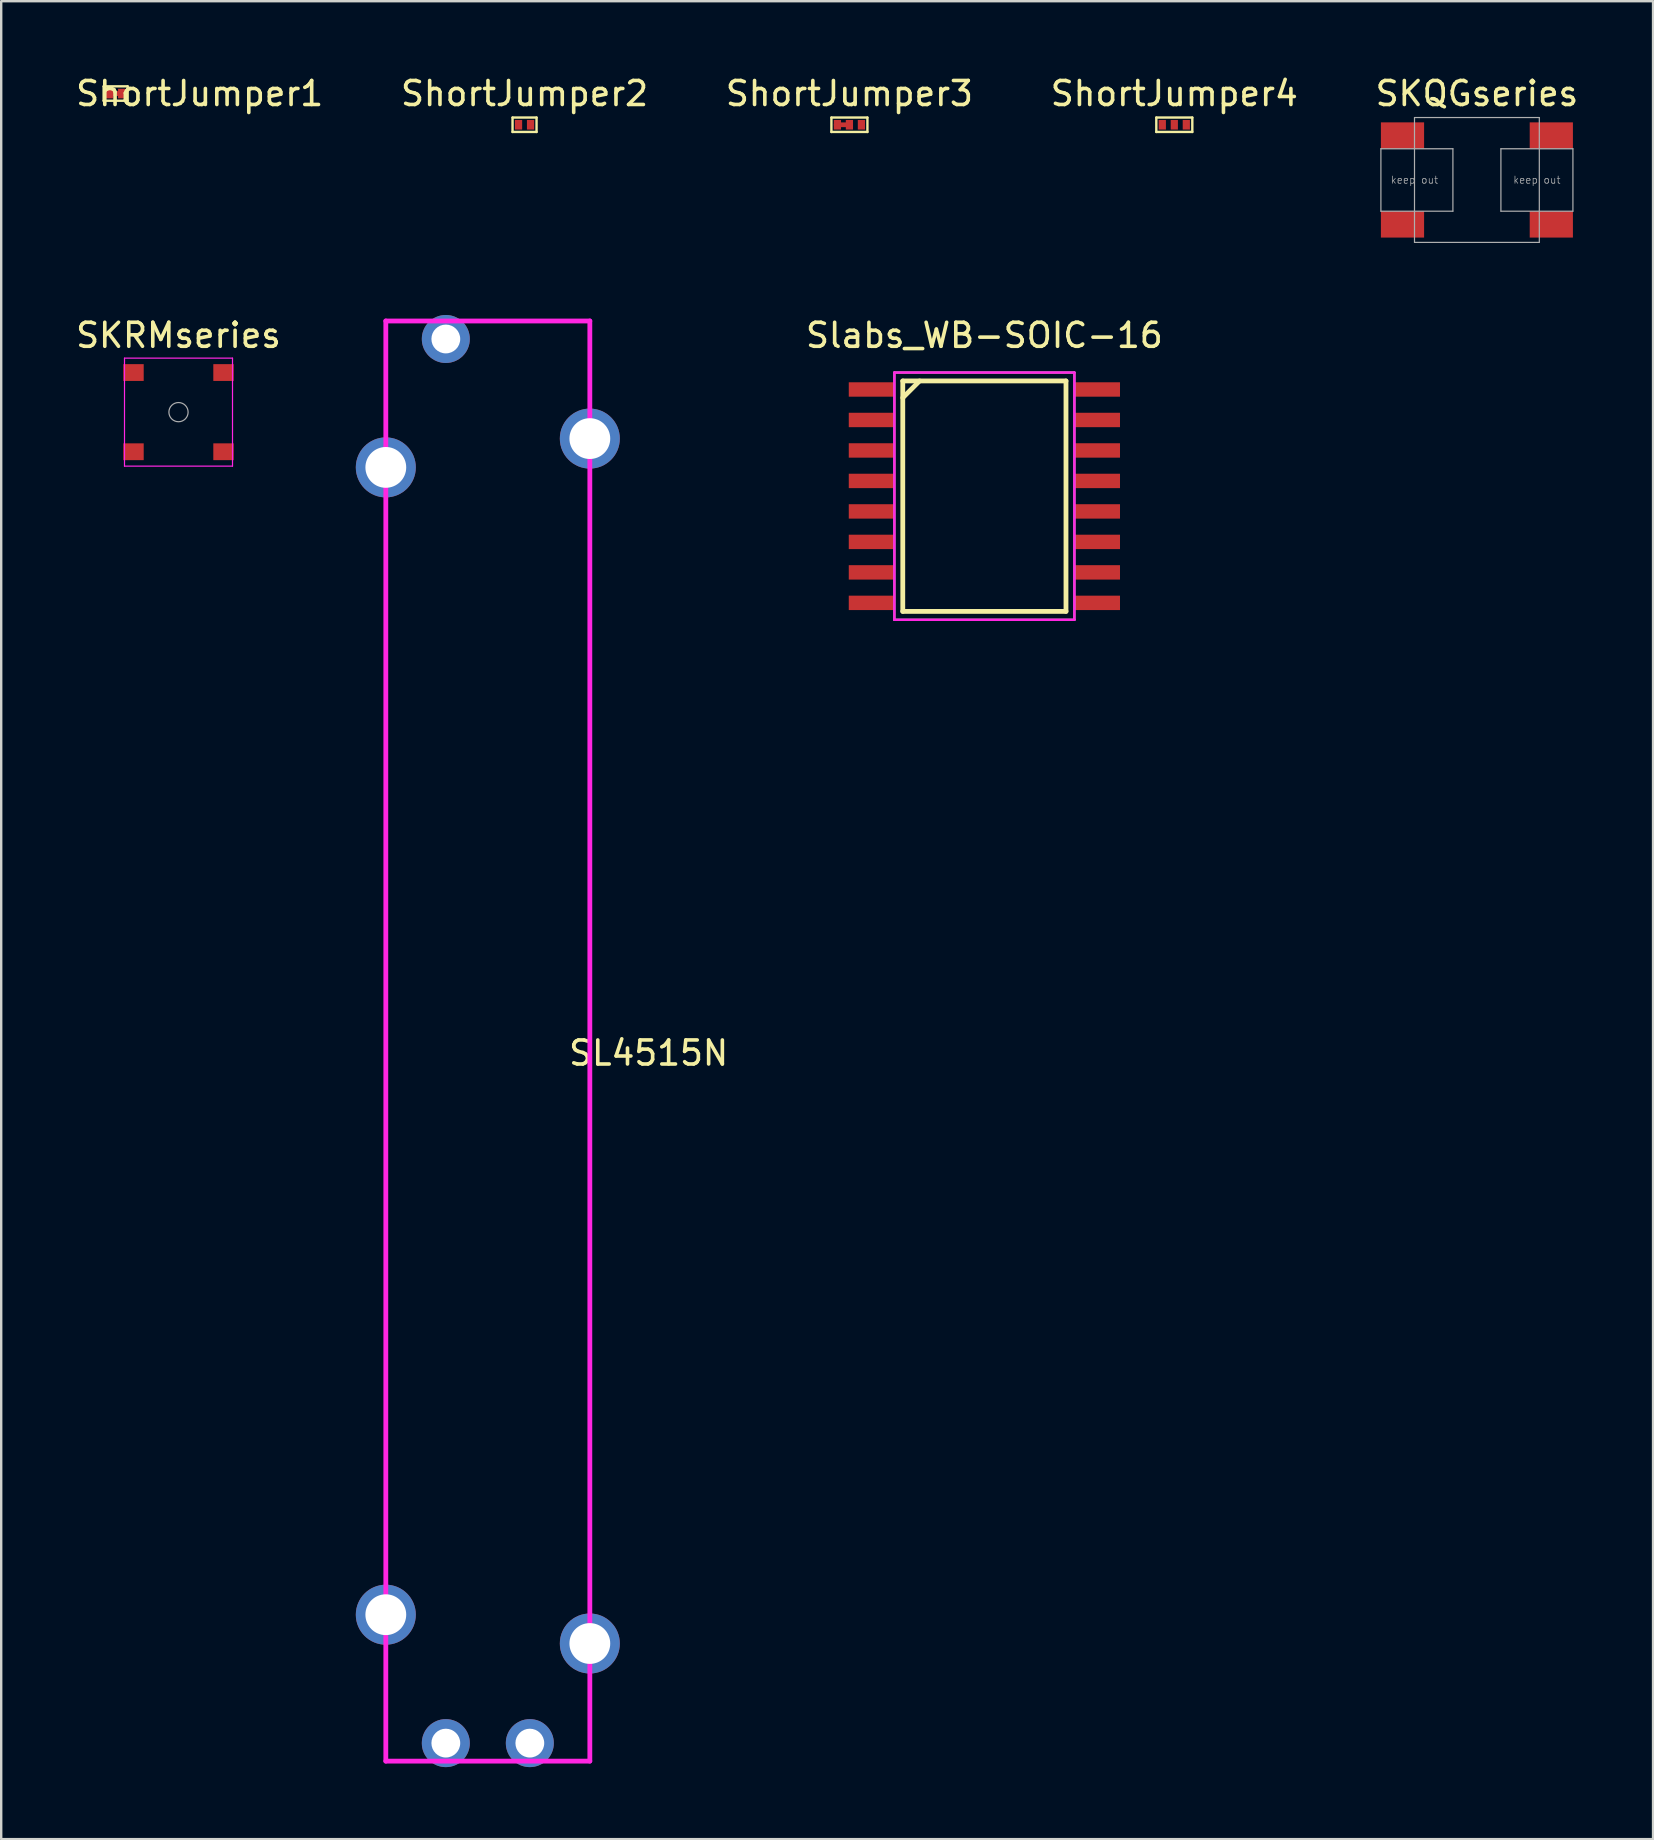
<source format=kicad_pcb>
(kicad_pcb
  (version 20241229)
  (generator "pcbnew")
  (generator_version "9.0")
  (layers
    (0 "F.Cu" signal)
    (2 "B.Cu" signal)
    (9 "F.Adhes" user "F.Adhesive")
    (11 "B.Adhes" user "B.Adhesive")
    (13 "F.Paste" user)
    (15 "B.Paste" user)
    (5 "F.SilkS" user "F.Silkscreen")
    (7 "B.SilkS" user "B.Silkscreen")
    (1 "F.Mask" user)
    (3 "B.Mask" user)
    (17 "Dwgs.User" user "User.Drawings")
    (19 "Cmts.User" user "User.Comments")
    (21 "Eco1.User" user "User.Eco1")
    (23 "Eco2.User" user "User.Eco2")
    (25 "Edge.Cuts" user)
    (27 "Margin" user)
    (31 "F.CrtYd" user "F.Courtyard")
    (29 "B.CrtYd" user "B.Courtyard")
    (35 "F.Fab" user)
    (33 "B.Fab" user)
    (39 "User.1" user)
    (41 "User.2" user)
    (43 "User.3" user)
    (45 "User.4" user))
  (footprint "ShortJumper3"
    (layer "F.Cu")
    (at 32.339 2.148)
    (property "Reference" "ShortJumper3" (at 0 -1.3 0) (layer "F.SilkS") (effects (font (size 1 1) (thickness 0.15))))
    (attr smd)
    (fp_line (start -0.55 0) (end 0.05 0) (stroke (width 0.2) (type solid)) (layer "F.Cu"))
    (fp_line (start -0.75 -0.3) (end -0.75 0.3) (stroke (width 0.1) (type solid)) (layer "F.SilkS"))
    (fp_line (start -0.75 -0.3) (end 0.75 -0.3) (stroke (width 0.1) (type solid)) (layer "F.SilkS"))
    (fp_line (start -0.75 0.3) (end 0.75 0.3) (stroke (width 0.1) (type solid)) (layer "F.SilkS"))
    (fp_line (start 0.75 -0.3) (end 0.75 0.3) (stroke (width 0.1) (type solid)) (layer "F.SilkS"))
    (pad "1" smd rect (at -0.5 0) (size 0.3 0.4) (layers "F.Cu" "F.Mask" "F.Paste"))
    (pad "2" smd rect (at 0 0) (size 0.3 0.4) (layers "F.Cu" "F.Mask" "F.Paste"))
    (pad "3" smd rect (at 0.5 0) (size 0.3 0.4) (layers "F.Cu" "F.Mask" "F.Paste")))
  (footprint "ShortJumper4"
    (layer "F.Cu")
    (at 45.875 2.148)
    (property "Reference" "ShortJumper4" (at 0 -1.3 0) (layer "F.SilkS") (effects (font (size 1 1) (thickness 0.15))))
    (attr smd)
    (fp_line (start -0.75 -0.3) (end -0.75 0.3) (stroke (width 0.1) (type solid)) (layer "F.SilkS"))
    (fp_line (start -0.75 -0.3) (end 0.75 -0.3) (stroke (width 0.1) (type solid)) (layer "F.SilkS"))
    (fp_line (start -0.75 0.3) (end 0.75 0.3) (stroke (width 0.1) (type solid)) (layer "F.SilkS"))
    (fp_line (start 0.75 -0.3) (end 0.75 0.3) (stroke (width 0.1) (type solid)) (layer "F.SilkS"))
    (pad "1" smd rect (at -0.5 0) (size 0.3 0.4) (layers "F.Cu" "F.Mask" "F.Paste"))
    (pad "2" smd rect (at 0 0) (size 0.3 0.4) (layers "F.Cu" "F.Mask" "F.Paste"))
    (pad "3" smd rect (at 0.5 0) (size 0.3 0.4) (layers "F.Cu" "F.Mask" "F.Paste")))
  (footprint "SKQGseries"
    (layer "F.Cu")
    (at 58.482 4.448)
    (property "Reference" "SKQGseries" (at 0 -3.6 0) (layer "F.SilkS") (effects (font (size 1 1) (thickness 0.15))))
    (attr through_hole)
    (fp_line (start -4 -1.3) (end -1 -1.3) (stroke (width 0.05) (type solid)) (layer "F.Fab"))
    (fp_line (start -4 1.3) (end -4 -1.3) (stroke (width 0.05) (type solid)) (layer "F.Fab"))
    (fp_line (start -2.6 -2.6) (end 2.6 -2.6) (stroke (width 0.05) (type solid)) (layer "F.Fab"))
    (fp_line (start -2.6 2.6) (end -2.6 -2.6) (stroke (width 0.05) (type solid)) (layer "F.Fab"))
    (fp_line (start -1 -1.3) (end -1 1.3) (stroke (width 0.05) (type solid)) (layer "F.Fab"))
    (fp_line (start -1 1.3) (end -4 1.3) (stroke (width 0.05) (type solid)) (layer "F.Fab"))
    (fp_line (start 1 -1.3) (end 1 1.3) (stroke (width 0.05) (type solid)) (layer "F.Fab"))
    (fp_line (start 1 1.3) (end 4 1.3) (stroke (width 0.05) (type solid)) (layer "F.Fab"))
    (fp_line (start 2.6 -2.6) (end 2.6 2.6) (stroke (width 0.05) (type solid)) (layer "F.Fab"))
    (fp_line (start 2.6 2.6) (end -2.6 2.6) (stroke (width 0.05) (type solid)) (layer "F.Fab"))
    (fp_line (start 4 -1.3) (end 1 -1.3) (stroke (width 0.05) (type solid)) (layer "F.Fab"))
    (fp_line (start 4 1.3) (end 4 -1.3) (stroke (width 0.05) (type solid)) (layer "F.Fab"))
    (fp_text user "keep out" (at 2.5 0 0) (layer "F.Fab") (effects (font (size 0.3 0.3) (thickness 0.03))))
    (fp_text user "keep out" (at -2.6 0 0) (layer "F.Fab") (effects (font (size 0.3 0.3) (thickness 0.03))))
    (pad "1" smd rect (at -3.1 -1.85) (size 1.8 1.1) (layers "F.Cu" "F.Mask" "F.Paste"))
    (pad "2" smd rect (at 3.1 -1.85) (size 1.8 1.1) (layers "F.Cu" "F.Mask" "F.Paste"))
    (pad "3" smd rect (at -3.1 1.85) (size 1.8 1.1) (layers "F.Cu" "F.Mask" "F.Paste"))
    (pad "4" smd rect (at 3.1 1.85) (size 1.8 1.1) (layers "F.Cu" "F.Mask" "F.Paste")))
  (footprint "SKRMseries"
    (layer "F.Cu")
    (at 4.387 14.121)
    (property "Reference" "SKRMseries" (at 0 -3.2 0) (layer "F.SilkS") (effects (font (size 1 1) (thickness 0.15))))
    (attr through_hole)
    (fp_line (start -2.25 -2.25) (end 2.25 -2.25) (stroke (width 0.05) (type solid)) (layer "F.CrtYd"))
    (fp_line (start -2.25 2.25) (end -2.25 -2.25) (stroke (width 0.05) (type solid)) (layer "F.CrtYd"))
    (fp_line (start 2.25 -2.25) (end 2.25 2.25) (stroke (width 0.05) (type solid)) (layer "F.CrtYd"))
    (fp_line (start 2.25 2.25) (end -2.25 2.25) (stroke (width 0.05) (type solid)) (layer "F.CrtYd"))
    (fp_circle (center 0 0) (end 0 0.4) (stroke (width 0.05) (type solid)) (fill no) (layer "F.Fab"))
    (pad "1" smd rect (at -1.875 -1.65) (size 0.85 0.7) (layers "F.Cu" "F.Mask" "F.Paste"))
    (pad "2" smd rect (at -1.875 1.65) (size 0.85 0.7) (layers "F.Cu" "F.Mask" "F.Paste"))
    (pad "3" smd rect (at 1.875 -1.65) (size 0.85 0.7) (layers "F.Cu" "F.Mask" "F.Paste"))
    (pad "4" smd rect (at 1.875 1.65) (size 0.85 0.7) (layers "F.Cu" "F.Mask" "F.Paste")))
  (footprint "ShortJumper1"
    (layer "F.Cu")
    (at 1.768 0.848)
    (property "Reference" "ShortJumper1" (at 3.5 0 0) (layer "F.SilkS") (effects (font (size 1 1) (thickness 0.15))))
    (attr smd)
    (fp_line (start -0.3 0) (end 0.3 0) (stroke (width 0.2) (type solid)) (layer "F.Cu"))
    (fp_line (start -0.5 -0.3) (end 0.5 -0.3) (stroke (width 0.1) (type solid)) (layer "F.SilkS"))
    (fp_line (start -0.5 0.3) (end -0.5 -0.3) (stroke (width 0.1) (type solid)) (layer "F.SilkS"))
    (fp_line (start 0.5 -0.3) (end 0.5 0.3) (stroke (width 0.1) (type solid)) (layer "F.SilkS"))
    (fp_line (start 0.5 0.3) (end -0.5 0.3) (stroke (width 0.1) (type solid)) (layer "F.SilkS"))
    (pad "1" smd rect (at -0.25 0) (size 0.3 0.4) (layers "F.Cu" "F.Mask" "F.Paste"))
    (pad "2" smd rect (at 0.25 0) (size 0.3 0.4) (layers "F.Cu" "F.Mask" "F.Paste")))
  (footprint "ShortJumper2"
    (layer "F.Cu")
    (at 18.804 2.148)
    (property "Reference" "ShortJumper2" (at 0 -1.3 0) (layer "F.SilkS") (effects (font (size 1 1) (thickness 0.15))))
    (attr smd)
    (fp_line (start -0.5 -0.3) (end -0.5 0.3) (stroke (width 0.1) (type solid)) (layer "F.SilkS"))
    (fp_line (start -0.5 -0.3) (end 0.5 -0.3) (stroke (width 0.1) (type solid)) (layer "F.SilkS"))
    (fp_line (start -0.5 0.3) (end 0.5 0.3) (stroke (width 0.1) (type solid)) (layer "F.SilkS"))
    (fp_line (start 0.5 -0.3) (end 0.5 0.3) (stroke (width 0.1) (type solid)) (layer "F.SilkS"))
    (pad "1" smd rect (at -0.25 0) (size 0.3 0.4) (layers "F.Cu" "F.Mask" "F.Paste"))
    (pad "2" smd rect (at 0.25 0) (size 0.3 0.4) (layers "F.Cu" "F.Mask" "F.Paste")))
  (footprint "Slabs_WB-SOIC-16"
    (layer "F.Cu")
    (at 37.962 17.622)
    (property "Reference" "Slabs_WB-SOIC-16" (at 0 -6.7 0) (layer "F.SilkS") (effects (font (size 1 1) (thickness 0.15))))
    (attr through_hole)
    (fp_line (start -3.4 -4.8) (end 3.4 -4.8) (stroke (width 0.2) (type solid)) (layer "F.SilkS"))
    (fp_line (start -3.4 -4.1) (end -2.7 -4.8) (stroke (width 0.2) (type solid)) (layer "F.SilkS"))
    (fp_line (start -3.4 4.8) (end -3.4 -4.8) (stroke (width 0.2) (type solid)) (layer "F.SilkS"))
    (fp_line (start 3.4 -4.8) (end 3.4 4.8) (stroke (width 0.2) (type solid)) (layer "F.SilkS"))
    (fp_line (start 3.4 4.8) (end -3.4 4.8) (stroke (width 0.2) (type solid)) (layer "F.SilkS"))
    (fp_line (start -3.75 -5.15) (end -3.75 5.15) (stroke (width 0.1) (type solid)) (layer "F.CrtYd"))
    (fp_line (start -3.75 5.15) (end 3.75 5.15) (stroke (width 0.1) (type solid)) (layer "F.CrtYd"))
    (fp_line (start 3.75 -5.15) (end -3.75 -5.15) (stroke (width 0.1) (type solid)) (layer "F.CrtYd"))
    (fp_line (start 3.75 5.15) (end 3.75 -5.15) (stroke (width 0.1) (type solid)) (layer "F.CrtYd"))
    (fp_line (start -3.75 -5.15) (end -3.75 5.15) (stroke (width 0.1) (type solid)) (layer "F.Fab"))
    (fp_line (start -3.75 5.15) (end 3.75 5.15) (stroke (width 0.1) (type solid)) (layer "F.Fab"))
    (fp_line (start 3.75 -5.15) (end -3.75 -5.15) (stroke (width 0.1) (type solid)) (layer "F.Fab"))
    (fp_line (start 3.75 5.15) (end 3.75 -5.15) (stroke (width 0.1) (type solid)) (layer "F.Fab"))
    (pad "1" smd rect (at -4.7 -4.445) (size 1.9 0.6) (layers "F.Cu" "F.Mask" "F.Paste"))
    (pad "2" smd rect (at -4.7 -3.175) (size 1.9 0.6) (layers "F.Cu" "F.Mask" "F.Paste"))
    (pad "3" smd rect (at -4.7 -1.905) (size 1.9 0.6) (layers "F.Cu" "F.Mask" "F.Paste"))
    (pad "4" smd rect (at -4.7 -0.635) (size 1.9 0.6) (layers "F.Cu" "F.Mask" "F.Paste"))
    (pad "5" smd rect (at -4.7 0.635) (size 1.9 0.6) (layers "F.Cu" "F.Mask" "F.Paste"))
    (pad "6" smd rect (at -4.7 1.905) (size 1.9 0.6) (layers "F.Cu" "F.Mask" "F.Paste"))
    (pad "7" smd rect (at -4.7 3.175) (size 1.9 0.6) (layers "F.Cu" "F.Mask" "F.Paste"))
    (pad "8" smd rect (at -4.7 4.445) (size 1.9 0.6) (layers "F.Cu" "F.Mask" "F.Paste"))
    (pad "9" smd rect (at 4.7 4.445) (size 1.9 0.6) (layers "F.Cu" "F.Mask" "F.Paste"))
    (pad "10" smd rect (at 4.7 3.175) (size 1.9 0.6) (layers "F.Cu" "F.Mask" "F.Paste"))
    (pad "11" smd rect (at 4.7 1.905) (size 1.9 0.6) (layers "F.Cu" "F.Mask" "F.Paste"))
    (pad "12" smd rect (at 4.7 0.635) (size 1.9 0.6) (layers "F.Cu" "F.Mask" "F.Paste"))
    (pad "13" smd rect (at 4.7 -0.635) (size 1.9 0.6) (layers "F.Cu" "F.Mask" "F.Paste"))
    (pad "14" smd rect (at 4.7 -1.905) (size 1.9 0.6) (layers "F.Cu" "F.Mask" "F.Paste"))
    (pad "15" smd rect (at 4.7 -3.175) (size 1.9 0.6) (layers "F.Cu" "F.Mask" "F.Paste"))
    (pad "16" smd rect (at 4.7 -4.445) (size 1.9 0.6) (layers "F.Cu" "F.Mask" "F.Paste")))
  (footprint "SL4515N"
    (layer "F.Cu")
    (at 17.274 40.323)
    (property "Reference" "SL4515N" (at 6.7 0.5 0) (layer "F.SilkS") (effects (font (size 1 1) (thickness 0.15))))
    (attr through_hole)
    (fp_line (start -4.25 -30) (end 4.25 -30) (stroke (width 0.2) (type solid)) (layer "F.CrtYd"))
    (fp_line (start -4.25 30) (end -4.25 -30) (stroke (width 0.2) (type solid)) (layer "F.CrtYd"))
    (fp_line (start 4.25 -30) (end 4.25 30) (stroke (width 0.2) (type solid)) (layer "F.CrtYd"))
    (fp_line (start 4.25 30) (end -4.25 30) (stroke (width 0.2) (type solid)) (layer "F.CrtYd"))
    (pad "" thru_hole circle (at -4.25 -23.9) (size 2.5 2.5) (drill 1.7) (layers "*.Cu" "*.Mask"))
    (pad "" thru_hole circle (at -4.25 23.9) (size 2.5 2.5) (drill 1.7) (layers "*.Cu" "*.Mask"))
    (pad "" thru_hole circle (at 4.25 -25.1) (size 2.5 2.5) (drill 1.7) (layers "*.Cu" "*.Mask"))
    (pad "" thru_hole circle (at 4.25 25.1) (size 2.5 2.5) (drill 1.7) (layers "*.Cu" "*.Mask"))
    (pad "1" thru_hole circle (at -1.75 29.25) (size 2 2) (drill 1.2) (layers "*.Cu" "*.Mask"))
    (pad "2" thru_hole circle (at 1.75 29.25) (size 2 2) (drill 1.2) (layers "*.Cu" "*.Mask"))
    (pad "3" thru_hole circle (at -1.75 -29.25) (size 2 2) (drill 1.2) (layers "*.Cu" "*.Mask")))
  (gr_rect
    (start -3 -3)
    (end 65.821 73.573)
    (stroke (width 0.1) (type default))
    (fill no)
    (layer "Edge.Cuts")))
</source>
